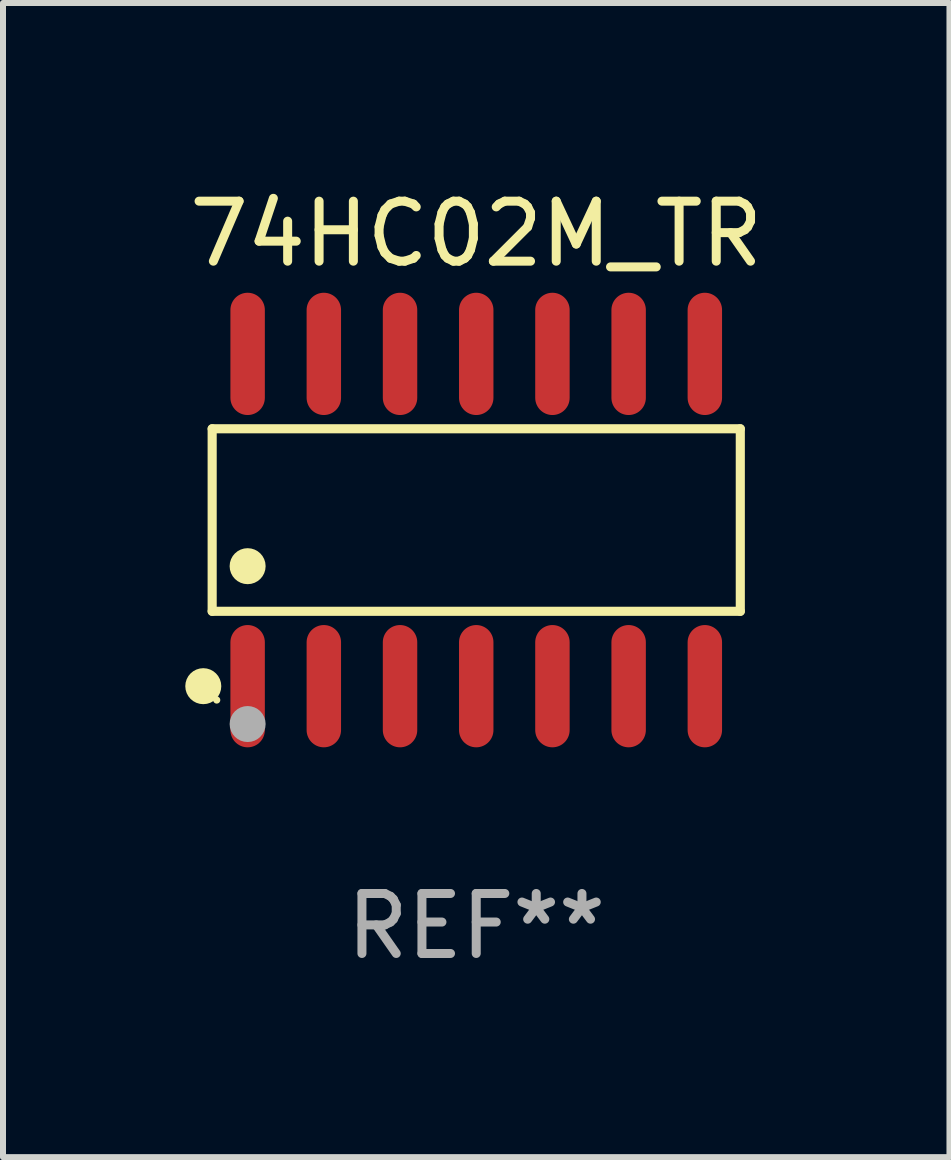
<source format=kicad_pcb>
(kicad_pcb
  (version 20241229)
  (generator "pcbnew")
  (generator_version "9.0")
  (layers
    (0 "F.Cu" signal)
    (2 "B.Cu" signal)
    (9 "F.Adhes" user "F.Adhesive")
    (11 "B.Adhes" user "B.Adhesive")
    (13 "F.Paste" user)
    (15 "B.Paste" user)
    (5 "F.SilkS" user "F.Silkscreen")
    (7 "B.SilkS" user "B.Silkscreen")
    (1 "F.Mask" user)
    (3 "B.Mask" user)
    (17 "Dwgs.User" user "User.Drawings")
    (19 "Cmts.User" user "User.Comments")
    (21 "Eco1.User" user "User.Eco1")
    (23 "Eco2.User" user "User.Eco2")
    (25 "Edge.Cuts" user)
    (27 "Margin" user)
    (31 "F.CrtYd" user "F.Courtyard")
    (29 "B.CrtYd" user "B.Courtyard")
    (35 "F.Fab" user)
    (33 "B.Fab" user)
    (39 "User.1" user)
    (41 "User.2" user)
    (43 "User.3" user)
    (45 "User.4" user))
  (footprint "74HC02M_TR"
    (layer "F.Cu")
    (at 4.887 5.617)
    (property "Reference" "74HC02M_TR" (at 0 -4.769 0) (layer "F.SilkS") (effects (font (size 1 1) (thickness 0.15))))
    (attr through_hole)
    (fp_line (start -4.401 -1.521) (end 4.401 -1.521) (stroke (width 0.152) (type solid)) (layer "F.SilkS"))
    (fp_line (start -4.401 1.521) (end -4.401 -1.521) (stroke (width 0.152) (type solid)) (layer "F.SilkS"))
    (fp_line (start 4.401 -1.521) (end 4.401 1.521) (stroke (width 0.152) (type solid)) (layer "F.SilkS"))
    (fp_line (start 4.401 1.521) (end -4.401 1.521) (stroke (width 0.152) (type solid)) (layer "F.SilkS"))
    (fp_circle (center -4.549 2.769) (end -4.399 2.769) (stroke (width 0.3) (type solid)) (fill no) (layer "F.SilkS"))
    (fp_circle (center -4.325 3) (end -4.295 3) (stroke (width 0.06) (type solid)) (fill no) (layer "F.SilkS"))
    (fp_circle (center -3.81 0.769) (end -3.66 0.769) (stroke (width 0.3) (type solid)) (fill no) (layer "F.SilkS"))
    (fp_circle (center -3.81 3.4) (end -3.66 3.4) (stroke (width 0.3) (type solid)) (fill no) (layer "F.Fab"))
    (fp_text user "REF**" (at 0 6.769 0) (layer "F.Fab") (effects (font (size 1 1) (thickness 0.15))))
    (pad "1" smd oval (at -3.81 2.769) (size 0.574 2.038) (layers "F.Cu" "F.Mask" "F.Paste"))
    (pad "2" smd oval (at -2.54 2.769) (size 0.574 2.038) (layers "F.Cu" "F.Mask" "F.Paste"))
    (pad "3" smd oval (at -1.27 2.769) (size 0.574 2.038) (layers "F.Cu" "F.Mask" "F.Paste"))
    (pad "4" smd oval (at 0 2.769) (size 0.574 2.038) (layers "F.Cu" "F.Mask" "F.Paste"))
    (pad "5" smd oval (at 1.27 2.769) (size 0.574 2.038) (layers "F.Cu" "F.Mask" "F.Paste"))
    (pad "6" smd oval (at 2.54 2.769) (size 0.574 2.038) (layers "F.Cu" "F.Mask" "F.Paste"))
    (pad "7" smd oval (at 3.81 2.769) (size 0.574 2.038) (layers "F.Cu" "F.Mask" "F.Paste"))
    (pad "8" smd oval (at 3.81 -2.769) (size 0.574 2.038) (layers "F.Cu" "F.Mask" "F.Paste"))
    (pad "9" smd oval (at 2.54 -2.769) (size 0.574 2.038) (layers "F.Cu" "F.Mask" "F.Paste"))
    (pad "10" smd oval (at 1.27 -2.769) (size 0.574 2.038) (layers "F.Cu" "F.Mask" "F.Paste"))
    (pad "11" smd oval (at 0 -2.769) (size 0.574 2.038) (layers "F.Cu" "F.Mask" "F.Paste"))
    (pad "12" smd oval (at -1.27 -2.769) (size 0.574 2.038) (layers "F.Cu" "F.Mask" "F.Paste"))
    (pad "13" smd oval (at -2.54 -2.769) (size 0.574 2.038) (layers "F.Cu" "F.Mask" "F.Paste"))
    (pad "14" smd oval (at -3.81 -2.769) (size 0.574 2.038) (layers "F.Cu" "F.Mask" "F.Paste")))
  (gr_rect
    (start -3 -3)
    (end 12.774 16.235)
    (stroke (width 0.1) (type default))
    (fill no)
    (layer "Edge.Cuts")))
</source>
